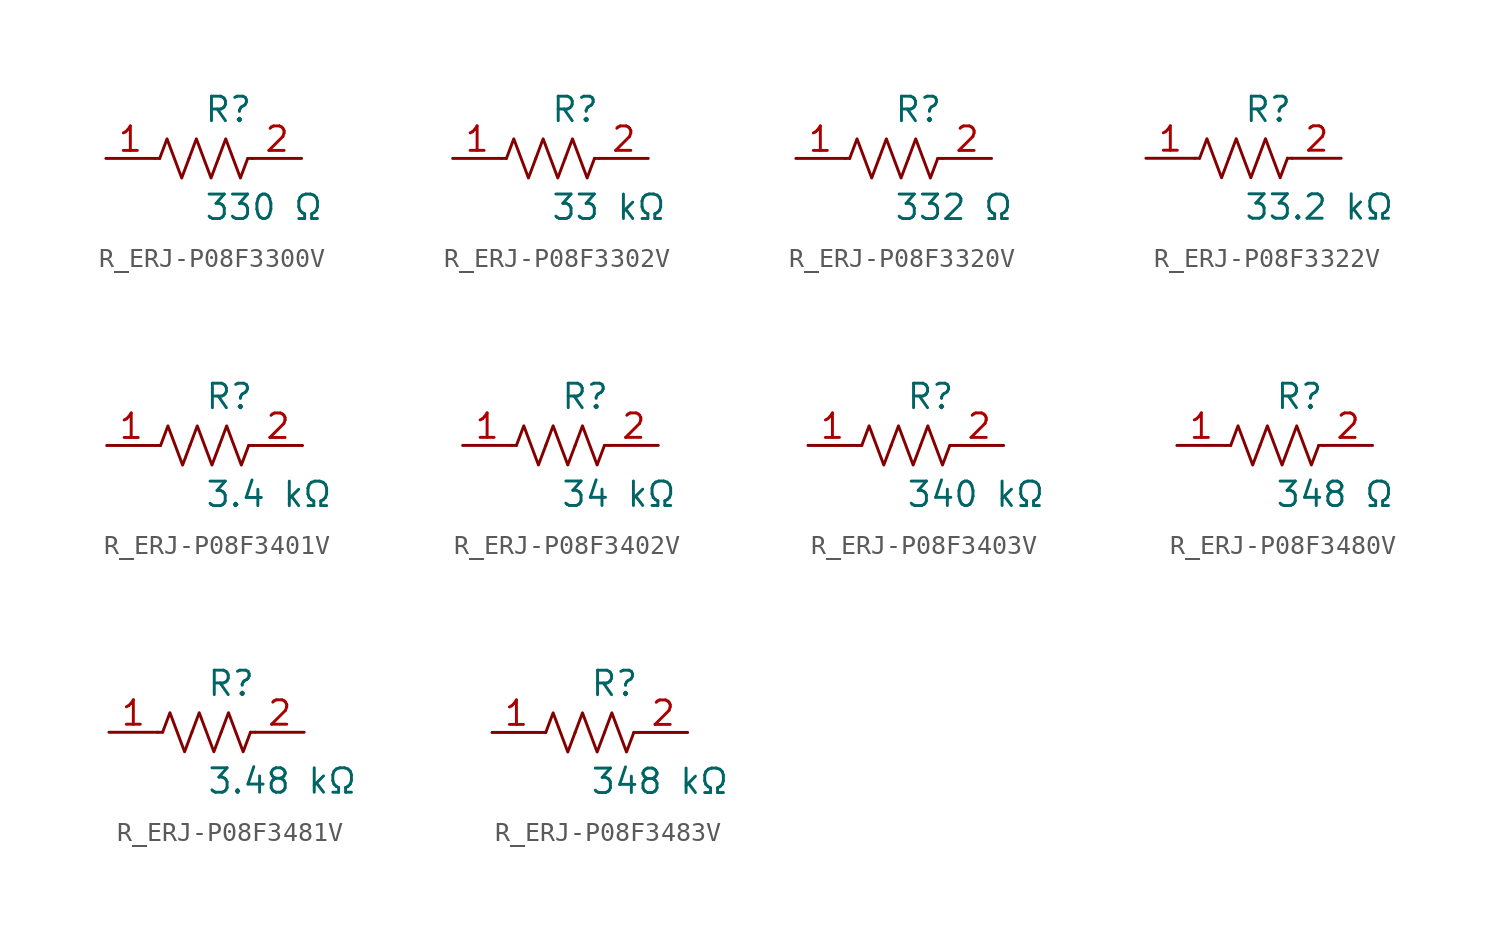
<source format=kicad_sym>
(kicad_symbol_lib
  (version 20231120)
  (generator kicad_symbol_editor)
  (generator_version 8.0)
  (symbol "R_ERJ-P08F3300V"
    (pin_names
      (offset 0.254))
    (property "Reference" "R"
      (at 0.0 2.54 0)
      (effects (font (size 1.27 1.27)) (justify left)))
    (property "Value" "330 Ω"
      (at 0.0 -2.54 0)
      (effects (font (size 1.27 1.27)) (justify left)))
    (symbol "R_ERJ-P08F3300V_0_1"
      (polyline (pts (xy 2.286 0) (xy 2.54 0)) (stroke (width 0) (type default)) (fill (type none)))
      (polyline (pts (xy -2.286 0) (xy -2.54 0)) (stroke (width 0) (type default)) (fill (type none)))
      (polyline (pts (xy 0.762 0) (xy 1.143 1.016) (xy 1.524 0) (xy 1.905 -1.016) (xy 2.286 0)) (stroke (width 0) (type default)) (fill (type none)))
      (polyline (pts (xy -0.762 0) (xy -0.381 1.016) (xy 0 0) (xy 0.381 -1.016) (xy 0.762 0)) (stroke (width 0) (type default)) (fill (type none)))
      (polyline (pts (xy -2.286 0) (xy -1.905 1.016) (xy -1.524 0) (xy -1.143 -1.016) (xy -0.762 0)) (stroke (width 0) (type default)) (fill (type none))))
    (pin unspecified line
      (at -5.08 0 0)
      (length 2.54)
      (name "" (effects (font (size 1.27 1.27))))
      (number "1" (effects (font (size 1.27 1.27)))))
    (pin unspecified line
      (at 5.08 0 180)
      (length 2.54)
      (name "" (effects (font (size 1.27 1.27))))
      (number "2" (effects (font (size 1.27 1.27))))))
  (symbol "R_ERJ-P08F3302V"
    (pin_names
      (offset 0.254))
    (property "Reference" "R"
      (at 0.0 2.54 0)
      (effects (font (size 1.27 1.27)) (justify left)))
    (property "Value" "33 kΩ"
      (at 0.0 -2.54 0)
      (effects (font (size 1.27 1.27)) (justify left)))
    (symbol "R_ERJ-P08F3302V_0_1"
      (polyline (pts (xy 2.286 0) (xy 2.54 0)) (stroke (width 0) (type default)) (fill (type none)))
      (polyline (pts (xy -2.286 0) (xy -2.54 0)) (stroke (width 0) (type default)) (fill (type none)))
      (polyline (pts (xy 0.762 0) (xy 1.143 1.016) (xy 1.524 0) (xy 1.905 -1.016) (xy 2.286 0)) (stroke (width 0) (type default)) (fill (type none)))
      (polyline (pts (xy -0.762 0) (xy -0.381 1.016) (xy 0 0) (xy 0.381 -1.016) (xy 0.762 0)) (stroke (width 0) (type default)) (fill (type none)))
      (polyline (pts (xy -2.286 0) (xy -1.905 1.016) (xy -1.524 0) (xy -1.143 -1.016) (xy -0.762 0)) (stroke (width 0) (type default)) (fill (type none))))
    (pin unspecified line
      (at -5.08 0 0)
      (length 2.54)
      (name "" (effects (font (size 1.27 1.27))))
      (number "1" (effects (font (size 1.27 1.27)))))
    (pin unspecified line
      (at 5.08 0 180)
      (length 2.54)
      (name "" (effects (font (size 1.27 1.27))))
      (number "2" (effects (font (size 1.27 1.27))))))
  (symbol "R_ERJ-P08F3320V"
    (pin_names
      (offset 0.254))
    (property "Reference" "R"
      (at 0.0 2.54 0)
      (effects (font (size 1.27 1.27)) (justify left)))
    (property "Value" "332 Ω"
      (at 0.0 -2.54 0)
      (effects (font (size 1.27 1.27)) (justify left)))
    (symbol "R_ERJ-P08F3320V_0_1"
      (polyline (pts (xy 2.286 0) (xy 2.54 0)) (stroke (width 0) (type default)) (fill (type none)))
      (polyline (pts (xy -2.286 0) (xy -2.54 0)) (stroke (width 0) (type default)) (fill (type none)))
      (polyline (pts (xy 0.762 0) (xy 1.143 1.016) (xy 1.524 0) (xy 1.905 -1.016) (xy 2.286 0)) (stroke (width 0) (type default)) (fill (type none)))
      (polyline (pts (xy -0.762 0) (xy -0.381 1.016) (xy 0 0) (xy 0.381 -1.016) (xy 0.762 0)) (stroke (width 0) (type default)) (fill (type none)))
      (polyline (pts (xy -2.286 0) (xy -1.905 1.016) (xy -1.524 0) (xy -1.143 -1.016) (xy -0.762 0)) (stroke (width 0) (type default)) (fill (type none))))
    (pin unspecified line
      (at -5.08 0 0)
      (length 2.54)
      (name "" (effects (font (size 1.27 1.27))))
      (number "1" (effects (font (size 1.27 1.27)))))
    (pin unspecified line
      (at 5.08 0 180)
      (length 2.54)
      (name "" (effects (font (size 1.27 1.27))))
      (number "2" (effects (font (size 1.27 1.27))))))
  (symbol "R_ERJ-P08F3322V"
    (pin_names
      (offset 0.254))
    (property "Reference" "R"
      (at 0.0 2.54 0)
      (effects (font (size 1.27 1.27)) (justify left)))
    (property "Value" "33.2 kΩ"
      (at 0.0 -2.54 0)
      (effects (font (size 1.27 1.27)) (justify left)))
    (symbol "R_ERJ-P08F3322V_0_1"
      (polyline (pts (xy 2.286 0) (xy 2.54 0)) (stroke (width 0) (type default)) (fill (type none)))
      (polyline (pts (xy -2.286 0) (xy -2.54 0)) (stroke (width 0) (type default)) (fill (type none)))
      (polyline (pts (xy 0.762 0) (xy 1.143 1.016) (xy 1.524 0) (xy 1.905 -1.016) (xy 2.286 0)) (stroke (width 0) (type default)) (fill (type none)))
      (polyline (pts (xy -0.762 0) (xy -0.381 1.016) (xy 0 0) (xy 0.381 -1.016) (xy 0.762 0)) (stroke (width 0) (type default)) (fill (type none)))
      (polyline (pts (xy -2.286 0) (xy -1.905 1.016) (xy -1.524 0) (xy -1.143 -1.016) (xy -0.762 0)) (stroke (width 0) (type default)) (fill (type none))))
    (pin unspecified line
      (at -5.08 0 0)
      (length 2.54)
      (name "" (effects (font (size 1.27 1.27))))
      (number "1" (effects (font (size 1.27 1.27)))))
    (pin unspecified line
      (at 5.08 0 180)
      (length 2.54)
      (name "" (effects (font (size 1.27 1.27))))
      (number "2" (effects (font (size 1.27 1.27))))))
  (symbol "R_ERJ-P08F3401V"
    (pin_names
      (offset 0.254))
    (property "Reference" "R"
      (at 0.0 2.54 0)
      (effects (font (size 1.27 1.27)) (justify left)))
    (property "Value" "3.4 kΩ"
      (at 0.0 -2.54 0)
      (effects (font (size 1.27 1.27)) (justify left)))
    (symbol "R_ERJ-P08F3401V_0_1"
      (polyline (pts (xy 2.286 0) (xy 2.54 0)) (stroke (width 0) (type default)) (fill (type none)))
      (polyline (pts (xy -2.286 0) (xy -2.54 0)) (stroke (width 0) (type default)) (fill (type none)))
      (polyline (pts (xy 0.762 0) (xy 1.143 1.016) (xy 1.524 0) (xy 1.905 -1.016) (xy 2.286 0)) (stroke (width 0) (type default)) (fill (type none)))
      (polyline (pts (xy -0.762 0) (xy -0.381 1.016) (xy 0 0) (xy 0.381 -1.016) (xy 0.762 0)) (stroke (width 0) (type default)) (fill (type none)))
      (polyline (pts (xy -2.286 0) (xy -1.905 1.016) (xy -1.524 0) (xy -1.143 -1.016) (xy -0.762 0)) (stroke (width 0) (type default)) (fill (type none))))
    (pin unspecified line
      (at -5.08 0 0)
      (length 2.54)
      (name "" (effects (font (size 1.27 1.27))))
      (number "1" (effects (font (size 1.27 1.27)))))
    (pin unspecified line
      (at 5.08 0 180)
      (length 2.54)
      (name "" (effects (font (size 1.27 1.27))))
      (number "2" (effects (font (size 1.27 1.27))))))
  (symbol "R_ERJ-P08F3402V"
    (pin_names
      (offset 0.254))
    (property "Reference" "R"
      (at 0.0 2.54 0)
      (effects (font (size 1.27 1.27)) (justify left)))
    (property "Value" "34 kΩ"
      (at 0.0 -2.54 0)
      (effects (font (size 1.27 1.27)) (justify left)))
    (symbol "R_ERJ-P08F3402V_0_1"
      (polyline (pts (xy 2.286 0) (xy 2.54 0)) (stroke (width 0) (type default)) (fill (type none)))
      (polyline (pts (xy -2.286 0) (xy -2.54 0)) (stroke (width 0) (type default)) (fill (type none)))
      (polyline (pts (xy 0.762 0) (xy 1.143 1.016) (xy 1.524 0) (xy 1.905 -1.016) (xy 2.286 0)) (stroke (width 0) (type default)) (fill (type none)))
      (polyline (pts (xy -0.762 0) (xy -0.381 1.016) (xy 0 0) (xy 0.381 -1.016) (xy 0.762 0)) (stroke (width 0) (type default)) (fill (type none)))
      (polyline (pts (xy -2.286 0) (xy -1.905 1.016) (xy -1.524 0) (xy -1.143 -1.016) (xy -0.762 0)) (stroke (width 0) (type default)) (fill (type none))))
    (pin unspecified line
      (at -5.08 0 0)
      (length 2.54)
      (name "" (effects (font (size 1.27 1.27))))
      (number "1" (effects (font (size 1.27 1.27)))))
    (pin unspecified line
      (at 5.08 0 180)
      (length 2.54)
      (name "" (effects (font (size 1.27 1.27))))
      (number "2" (effects (font (size 1.27 1.27))))))
  (symbol "R_ERJ-P08F3403V"
    (pin_names
      (offset 0.254))
    (property "Reference" "R"
      (at 0.0 2.54 0)
      (effects (font (size 1.27 1.27)) (justify left)))
    (property "Value" "340 kΩ"
      (at 0.0 -2.54 0)
      (effects (font (size 1.27 1.27)) (justify left)))
    (symbol "R_ERJ-P08F3403V_0_1"
      (polyline (pts (xy 2.286 0) (xy 2.54 0)) (stroke (width 0) (type default)) (fill (type none)))
      (polyline (pts (xy -2.286 0) (xy -2.54 0)) (stroke (width 0) (type default)) (fill (type none)))
      (polyline (pts (xy 0.762 0) (xy 1.143 1.016) (xy 1.524 0) (xy 1.905 -1.016) (xy 2.286 0)) (stroke (width 0) (type default)) (fill (type none)))
      (polyline (pts (xy -0.762 0) (xy -0.381 1.016) (xy 0 0) (xy 0.381 -1.016) (xy 0.762 0)) (stroke (width 0) (type default)) (fill (type none)))
      (polyline (pts (xy -2.286 0) (xy -1.905 1.016) (xy -1.524 0) (xy -1.143 -1.016) (xy -0.762 0)) (stroke (width 0) (type default)) (fill (type none))))
    (pin unspecified line
      (at -5.08 0 0)
      (length 2.54)
      (name "" (effects (font (size 1.27 1.27))))
      (number "1" (effects (font (size 1.27 1.27)))))
    (pin unspecified line
      (at 5.08 0 180)
      (length 2.54)
      (name "" (effects (font (size 1.27 1.27))))
      (number "2" (effects (font (size 1.27 1.27))))))
  (symbol "R_ERJ-P08F3480V"
    (pin_names
      (offset 0.254))
    (property "Reference" "R"
      (at 0.0 2.54 0)
      (effects (font (size 1.27 1.27)) (justify left)))
    (property "Value" "348 Ω"
      (at 0.0 -2.54 0)
      (effects (font (size 1.27 1.27)) (justify left)))
    (symbol "R_ERJ-P08F3480V_0_1"
      (polyline (pts (xy 2.286 0) (xy 2.54 0)) (stroke (width 0) (type default)) (fill (type none)))
      (polyline (pts (xy -2.286 0) (xy -2.54 0)) (stroke (width 0) (type default)) (fill (type none)))
      (polyline (pts (xy 0.762 0) (xy 1.143 1.016) (xy 1.524 0) (xy 1.905 -1.016) (xy 2.286 0)) (stroke (width 0) (type default)) (fill (type none)))
      (polyline (pts (xy -0.762 0) (xy -0.381 1.016) (xy 0 0) (xy 0.381 -1.016) (xy 0.762 0)) (stroke (width 0) (type default)) (fill (type none)))
      (polyline (pts (xy -2.286 0) (xy -1.905 1.016) (xy -1.524 0) (xy -1.143 -1.016) (xy -0.762 0)) (stroke (width 0) (type default)) (fill (type none))))
    (pin unspecified line
      (at -5.08 0 0)
      (length 2.54)
      (name "" (effects (font (size 1.27 1.27))))
      (number "1" (effects (font (size 1.27 1.27)))))
    (pin unspecified line
      (at 5.08 0 180)
      (length 2.54)
      (name "" (effects (font (size 1.27 1.27))))
      (number "2" (effects (font (size 1.27 1.27))))))
  (symbol "R_ERJ-P08F3481V"
    (pin_names
      (offset 0.254))
    (property "Reference" "R"
      (at 0.0 2.54 0)
      (effects (font (size 1.27 1.27)) (justify left)))
    (property "Value" "3.48 kΩ"
      (at 0.0 -2.54 0)
      (effects (font (size 1.27 1.27)) (justify left)))
    (symbol "R_ERJ-P08F3481V_0_1"
      (polyline (pts (xy 2.286 0) (xy 2.54 0)) (stroke (width 0) (type default)) (fill (type none)))
      (polyline (pts (xy -2.286 0) (xy -2.54 0)) (stroke (width 0) (type default)) (fill (type none)))
      (polyline (pts (xy 0.762 0) (xy 1.143 1.016) (xy 1.524 0) (xy 1.905 -1.016) (xy 2.286 0)) (stroke (width 0) (type default)) (fill (type none)))
      (polyline (pts (xy -0.762 0) (xy -0.381 1.016) (xy 0 0) (xy 0.381 -1.016) (xy 0.762 0)) (stroke (width 0) (type default)) (fill (type none)))
      (polyline (pts (xy -2.286 0) (xy -1.905 1.016) (xy -1.524 0) (xy -1.143 -1.016) (xy -0.762 0)) (stroke (width 0) (type default)) (fill (type none))))
    (pin unspecified line
      (at -5.08 0 0)
      (length 2.54)
      (name "" (effects (font (size 1.27 1.27))))
      (number "1" (effects (font (size 1.27 1.27)))))
    (pin unspecified line
      (at 5.08 0 180)
      (length 2.54)
      (name "" (effects (font (size 1.27 1.27))))
      (number "2" (effects (font (size 1.27 1.27))))))
  (symbol "R_ERJ-P08F3483V"
    (pin_names
      (offset 0.254))
    (property "Reference" "R"
      (at 0.0 2.54 0)
      (effects (font (size 1.27 1.27)) (justify left)))
    (property "Value" "348 kΩ"
      (at 0.0 -2.54 0)
      (effects (font (size 1.27 1.27)) (justify left)))
    (symbol "R_ERJ-P08F3483V_0_1"
      (polyline (pts (xy 2.286 0) (xy 2.54 0)) (stroke (width 0) (type default)) (fill (type none)))
      (polyline (pts (xy -2.286 0) (xy -2.54 0)) (stroke (width 0) (type default)) (fill (type none)))
      (polyline (pts (xy 0.762 0) (xy 1.143 1.016) (xy 1.524 0) (xy 1.905 -1.016) (xy 2.286 0)) (stroke (width 0) (type default)) (fill (type none)))
      (polyline (pts (xy -0.762 0) (xy -0.381 1.016) (xy 0 0) (xy 0.381 -1.016) (xy 0.762 0)) (stroke (width 0) (type default)) (fill (type none)))
      (polyline (pts (xy -2.286 0) (xy -1.905 1.016) (xy -1.524 0) (xy -1.143 -1.016) (xy -0.762 0)) (stroke (width 0) (type default)) (fill (type none))))
    (pin unspecified line
      (at -5.08 0 0)
      (length 2.54)
      (name "" (effects (font (size 1.27 1.27))))
      (number "1" (effects (font (size 1.27 1.27)))))
    (pin unspecified line
      (at 5.08 0 180)
      (length 2.54)
      (name "" (effects (font (size 1.27 1.27))))
      (number "2" (effects (font (size 1.27 1.27)))))))
</source>
